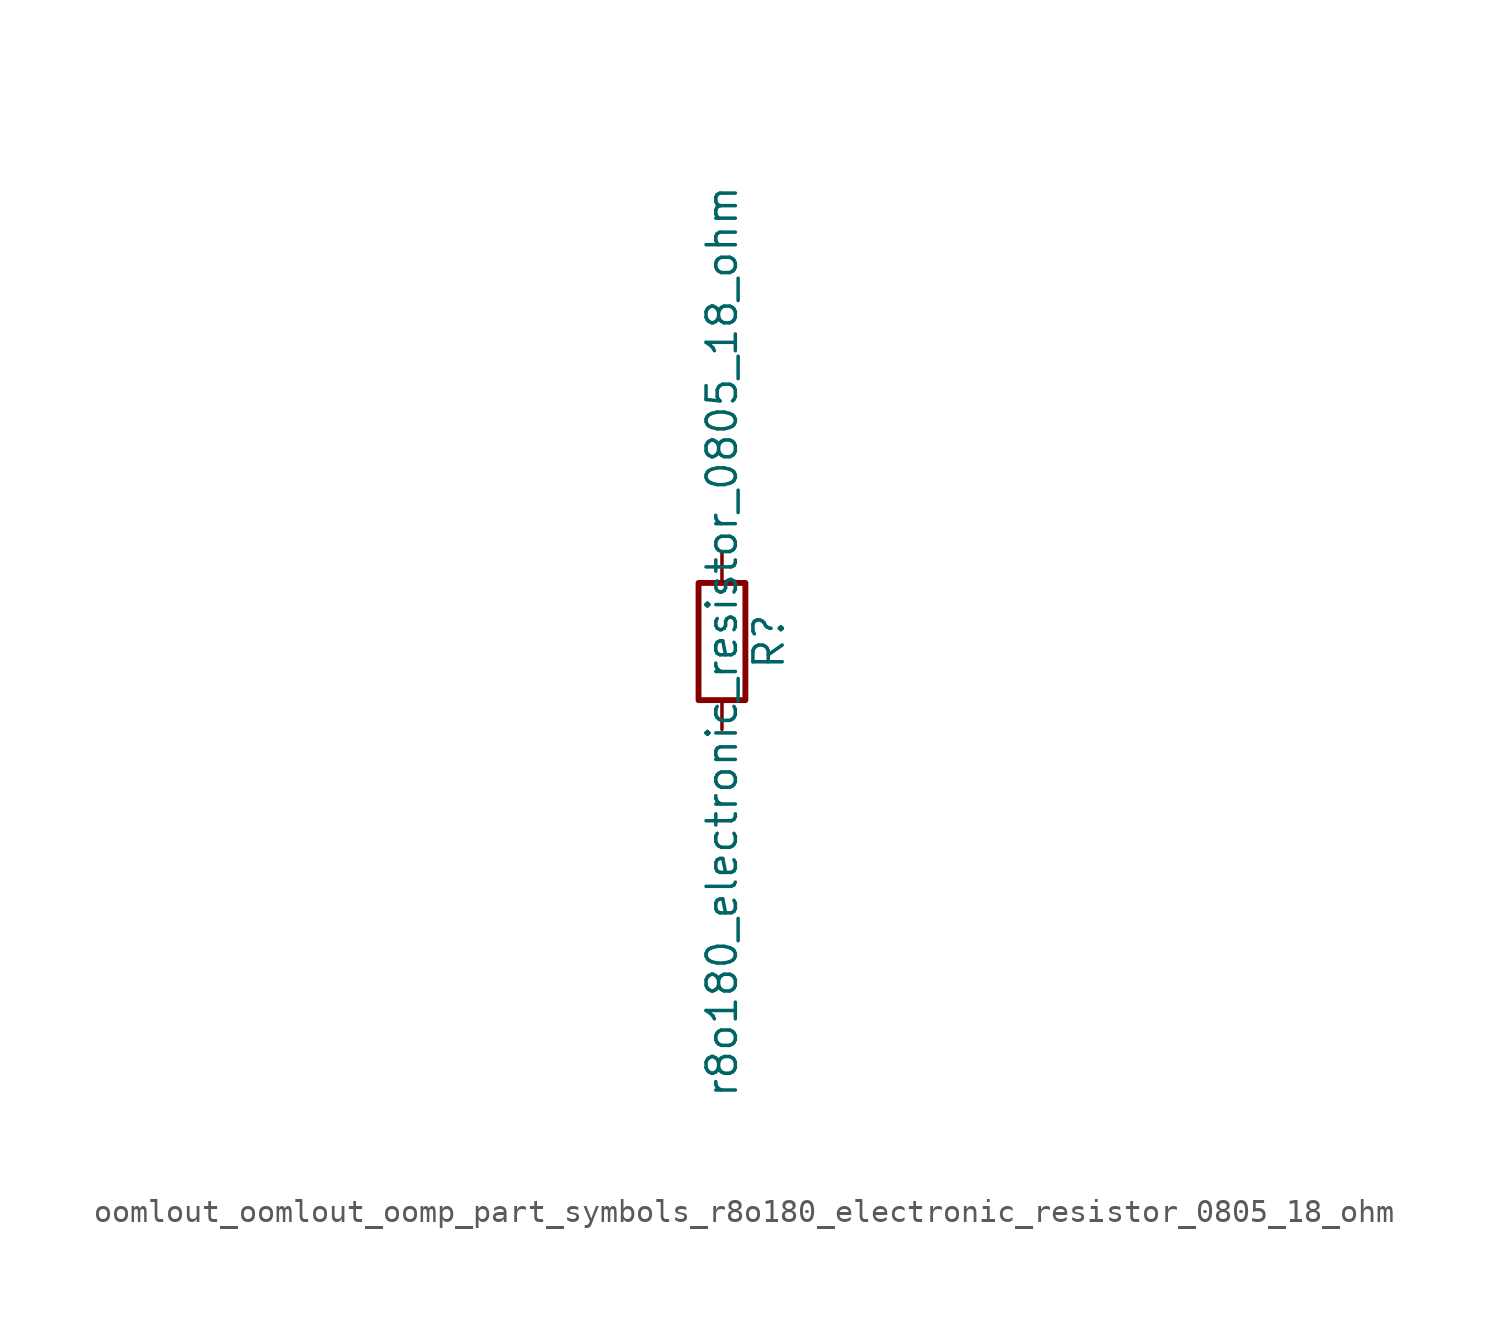
<source format=kicad_sym>
(kicad_symbol_lib
  (version 20220914)
  (generator kicad_symbol_editor)
  (symbol "oomlout_oomlout_oomp_part_symbols_r8o180_electronic_resistor_0805_18_ohm"
    (pin_numbers hide)
    (pin_names
      (offset 0))
    (property "Reference" "R"
      (at 2.032 0 90)
      (effects (font (size 1.27 1.27))))
    (property "Value" "r8o180_electronic_resistor_0805_18_ohm"
      (at 0 0 90)
      (effects (font (size 1.27 1.27))))
    (symbol "oomlout_oomlout_oomp_part_symbols_r8o180_electronic_resistor_0805_18_ohm_0_1"
      (rectangle (start -1.016 -2.54) (end 1.016 2.54) (stroke (width 0.254) (type default)) (fill (type none))))
    (symbol "oomlout_oomlout_oomp_part_symbols_r8o180_electronic_resistor_0805_18_ohm_1_1"
      (pin passive line (at 0 3.81 270) (length 1.27) (name "~" (effects (font (size 1.27 1.27)))) (number "1" (effects (font (size 1.27 1.27)))))
      (pin passive line (at 0 -3.81 90) (length 1.27) (name "~" (effects (font (size 1.27 1.27)))) (number "2" (effects (font (size 1.27 1.27))))))))
</source>
